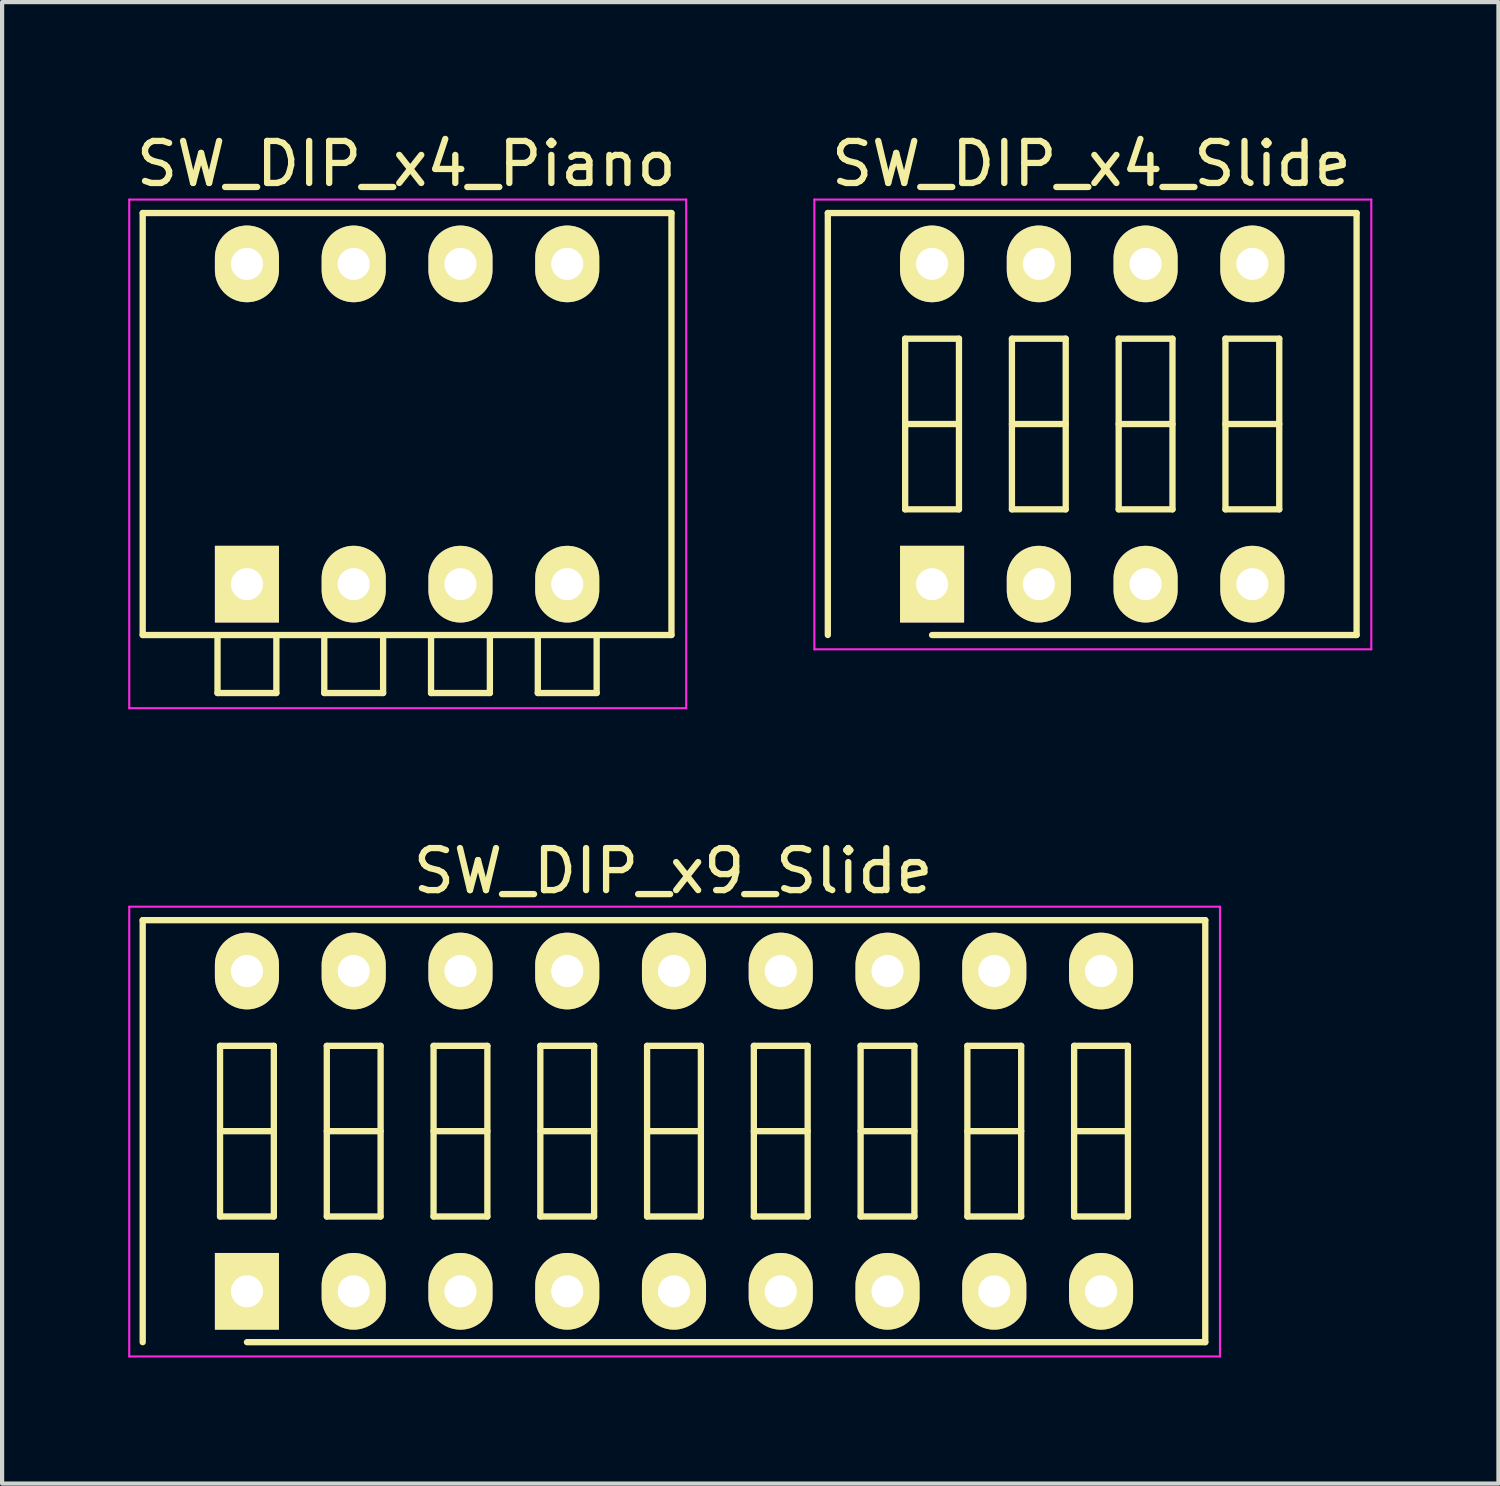
<source format=kicad_pcb>
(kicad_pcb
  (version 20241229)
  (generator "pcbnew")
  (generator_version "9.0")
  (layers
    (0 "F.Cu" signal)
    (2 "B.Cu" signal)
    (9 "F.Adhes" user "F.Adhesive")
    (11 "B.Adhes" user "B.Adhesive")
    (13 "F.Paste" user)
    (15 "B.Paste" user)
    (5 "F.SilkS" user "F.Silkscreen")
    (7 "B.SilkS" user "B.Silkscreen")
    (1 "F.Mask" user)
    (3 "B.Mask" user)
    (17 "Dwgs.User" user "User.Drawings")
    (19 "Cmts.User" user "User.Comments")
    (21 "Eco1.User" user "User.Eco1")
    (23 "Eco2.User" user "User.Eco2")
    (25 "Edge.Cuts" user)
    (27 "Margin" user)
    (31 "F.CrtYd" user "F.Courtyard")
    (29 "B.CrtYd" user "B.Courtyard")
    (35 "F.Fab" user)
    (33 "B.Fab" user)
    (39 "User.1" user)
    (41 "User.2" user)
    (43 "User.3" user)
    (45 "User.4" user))
  (footprint "SW_DIP_x4_Piano"
    (layer "F.Cu")
    (at 2.825 10.848)
    (property "Reference" "SW_DIP_x4_Piano" (at 3.79 -10 0) (layer "F.SilkS") (effects (font (size 1 1) (thickness 0.15))))
    (attr through_hole)
    (fp_line (start -2.48 -8.83) (end 10.1 -8.83) (stroke (width 0.15) (type solid)) (layer "F.SilkS"))
    (fp_line (start -2.48 1.21) (end -2.48 -8.83) (stroke (width 0.15) (type solid)) (layer "F.SilkS"))
    (fp_line (start -0.7 1.22) (end -0.7 2.59) (stroke (width 0.15) (type solid)) (layer "F.SilkS"))
    (fp_line (start -0.7 2.59) (end 0.7 2.59) (stroke (width 0.15) (type solid)) (layer "F.SilkS"))
    (fp_line (start 0.7 2.59) (end 0.7 1.22) (stroke (width 0.15) (type solid)) (layer "F.SilkS"))
    (fp_line (start 1.84 1.22) (end 1.84 2.59) (stroke (width 0.15) (type solid)) (layer "F.SilkS"))
    (fp_line (start 1.84 2.59) (end 3.24 2.59) (stroke (width 0.15) (type solid)) (layer "F.SilkS"))
    (fp_line (start 3.24 2.59) (end 3.24 1.22) (stroke (width 0.15) (type solid)) (layer "F.SilkS"))
    (fp_line (start 4.38 1.22) (end 4.38 2.59) (stroke (width 0.15) (type solid)) (layer "F.SilkS"))
    (fp_line (start 4.38 2.59) (end 5.78 2.59) (stroke (width 0.15) (type solid)) (layer "F.SilkS"))
    (fp_line (start 5.78 2.59) (end 5.78 1.22) (stroke (width 0.15) (type solid)) (layer "F.SilkS"))
    (fp_line (start 6.92 1.22) (end 6.92 2.59) (stroke (width 0.15) (type solid)) (layer "F.SilkS"))
    (fp_line (start 6.92 2.59) (end 8.32 2.59) (stroke (width 0.15) (type solid)) (layer "F.SilkS"))
    (fp_line (start 8.32 2.59) (end 8.32 1.22) (stroke (width 0.15) (type solid)) (layer "F.SilkS"))
    (fp_line (start 10.1 -8.83) (end 10.1 1.21) (stroke (width 0.15) (type solid)) (layer "F.SilkS"))
    (fp_line (start 10.1 1.21) (end -2.48 1.21) (stroke (width 0.15) (type solid)) (layer "F.SilkS"))
    (fp_line (start -2.8 -9.15) (end -2.8 2.95) (stroke (width 0.05) (type solid)) (layer "F.CrtYd"))
    (fp_line (start -2.8 2.95) (end 10.45 2.95) (stroke (width 0.05) (type solid)) (layer "F.CrtYd"))
    (fp_line (start 10.45 -9.15) (end -2.8 -9.15) (stroke (width 0.05) (type solid)) (layer "F.CrtYd"))
    (fp_line (start 10.45 2.95) (end 10.45 -9.15) (stroke (width 0.05) (type solid)) (layer "F.CrtYd"))
    (pad "1" thru_hole rect (at 0 0) (size 1.524 1.824) (drill 0.762) (layers "*.Cu" "*.Mask" "F.SilkS"))
    (pad "2" thru_hole oval (at 2.54 0) (size 1.524 1.824) (drill 0.762) (layers "*.Cu" "*.Mask" "F.SilkS"))
    (pad "3" thru_hole oval (at 5.08 0) (size 1.524 1.824) (drill 0.762) (layers "*.Cu" "*.Mask" "F.SilkS"))
    (pad "4" thru_hole oval (at 7.62 0) (size 1.524 1.824) (drill 0.762) (layers "*.Cu" "*.Mask" "F.SilkS"))
    (pad "5" thru_hole oval (at 7.62 -7.62) (size 1.524 1.824) (drill 0.762) (layers "*.Cu" "*.Mask" "F.SilkS"))
    (pad "6" thru_hole oval (at 5.08 -7.62) (size 1.524 1.824) (drill 0.762) (layers "*.Cu" "*.Mask" "F.SilkS"))
    (pad "7" thru_hole oval (at 2.54 -7.62) (size 1.524 1.824) (drill 0.762) (layers "*.Cu" "*.Mask" "F.SilkS"))
    (pad "8" thru_hole oval (at 0 -7.62) (size 1.524 1.824) (drill 0.762) (layers "*.Cu" "*.Mask" "F.SilkS")))
  (footprint "SW_DIP_x4_Slide"
    (layer "F.Cu")
    (at 19.125 10.848)
    (property "Reference" "SW_DIP_x4_Slide" (at 3.79 -10 0) (layer "F.SilkS") (effects (font (size 1 1) (thickness 0.15))))
    (attr through_hole)
    (fp_line (start -2.48 -8.83) (end 10.1 -8.83) (stroke (width 0.15) (type solid)) (layer "F.SilkS"))
    (fp_line (start -2.48 1.21) (end -2.48 -8.83) (stroke (width 0.15) (type solid)) (layer "F.SilkS"))
    (fp_line (start -0.64 -5.84) (end -0.64 -1.78) (stroke (width 0.15) (type solid)) (layer "F.SilkS"))
    (fp_line (start -0.64 -3.81) (end 0.64 -3.81) (stroke (width 0.15) (type solid)) (layer "F.SilkS"))
    (fp_line (start -0.64 -1.78) (end 0.64 -1.78) (stroke (width 0.15) (type solid)) (layer "F.SilkS"))
    (fp_line (start 0.64 -5.84) (end -0.64 -5.84) (stroke (width 0.15) (type solid)) (layer "F.SilkS"))
    (fp_line (start 0.64 -1.78) (end 0.64 -5.84) (stroke (width 0.15) (type solid)) (layer "F.SilkS"))
    (fp_line (start 1.9 -5.84) (end 1.9 -1.78) (stroke (width 0.15) (type solid)) (layer "F.SilkS"))
    (fp_line (start 1.9 -3.81) (end 3.18 -3.81) (stroke (width 0.15) (type solid)) (layer "F.SilkS"))
    (fp_line (start 1.9 -1.78) (end 3.18 -1.78) (stroke (width 0.15) (type solid)) (layer "F.SilkS"))
    (fp_line (start 3.18 -5.84) (end 1.9 -5.84) (stroke (width 0.15) (type solid)) (layer "F.SilkS"))
    (fp_line (start 3.18 -1.78) (end 3.18 -5.84) (stroke (width 0.15) (type solid)) (layer "F.SilkS"))
    (fp_line (start 4.44 -5.84) (end 4.44 -1.78) (stroke (width 0.15) (type solid)) (layer "F.SilkS"))
    (fp_line (start 4.44 -3.81) (end 5.72 -3.81) (stroke (width 0.15) (type solid)) (layer "F.SilkS"))
    (fp_line (start 4.44 -1.78) (end 5.72 -1.78) (stroke (width 0.15) (type solid)) (layer "F.SilkS"))
    (fp_line (start 5.72 -5.84) (end 4.44 -5.84) (stroke (width 0.15) (type solid)) (layer "F.SilkS"))
    (fp_line (start 5.72 -1.78) (end 5.72 -5.84) (stroke (width 0.15) (type solid)) (layer "F.SilkS"))
    (fp_line (start 6.98 -5.84) (end 6.98 -1.78) (stroke (width 0.15) (type solid)) (layer "F.SilkS"))
    (fp_line (start 6.98 -3.81) (end 8.26 -3.81) (stroke (width 0.15) (type solid)) (layer "F.SilkS"))
    (fp_line (start 6.98 -1.78) (end 8.26 -1.78) (stroke (width 0.15) (type solid)) (layer "F.SilkS"))
    (fp_line (start 8.26 -5.84) (end 6.98 -5.84) (stroke (width 0.15) (type solid)) (layer "F.SilkS"))
    (fp_line (start 8.26 -1.78) (end 8.26 -5.84) (stroke (width 0.15) (type solid)) (layer "F.SilkS"))
    (fp_line (start 10.1 -8.83) (end 10.1 1.21) (stroke (width 0.15) (type solid)) (layer "F.SilkS"))
    (fp_line (start 10.1 1.21) (end 0 1.21) (stroke (width 0.15) (type solid)) (layer "F.SilkS"))
    (fp_line (start -2.8 -9.15) (end -2.8 1.55) (stroke (width 0.05) (type solid)) (layer "F.CrtYd"))
    (fp_line (start -2.8 1.55) (end 10.45 1.55) (stroke (width 0.05) (type solid)) (layer "F.CrtYd"))
    (fp_line (start 10.45 -9.15) (end -2.8 -9.15) (stroke (width 0.05) (type solid)) (layer "F.CrtYd"))
    (fp_line (start 10.45 1.55) (end 10.45 -9.15) (stroke (width 0.05) (type solid)) (layer "F.CrtYd"))
    (pad "1" thru_hole rect (at 0 0) (size 1.524 1.824) (drill 0.762) (layers "*.Cu" "*.Mask" "F.SilkS"))
    (pad "2" thru_hole oval (at 2.54 0) (size 1.524 1.824) (drill 0.762) (layers "*.Cu" "*.Mask" "F.SilkS"))
    (pad "3" thru_hole oval (at 5.08 0) (size 1.524 1.824) (drill 0.762) (layers "*.Cu" "*.Mask" "F.SilkS"))
    (pad "4" thru_hole oval (at 7.62 0) (size 1.524 1.824) (drill 0.762) (layers "*.Cu" "*.Mask" "F.SilkS"))
    (pad "5" thru_hole oval (at 7.62 -7.62) (size 1.524 1.824) (drill 0.762) (layers "*.Cu" "*.Mask" "F.SilkS"))
    (pad "6" thru_hole oval (at 5.08 -7.62) (size 1.524 1.824) (drill 0.762) (layers "*.Cu" "*.Mask" "F.SilkS"))
    (pad "7" thru_hole oval (at 2.54 -7.62) (size 1.524 1.824) (drill 0.762) (layers "*.Cu" "*.Mask" "F.SilkS"))
    (pad "8" thru_hole oval (at 0 -7.62) (size 1.524 1.824) (drill 0.762) (layers "*.Cu" "*.Mask" "F.SilkS")))
  (footprint "SW_DIP_x9_Slide"
    (layer "F.Cu")
    (at 2.825 27.672)
    (property "Reference" "SW_DIP_x9_Slide" (at 10.14 -10 0) (layer "F.SilkS") (effects (font (size 1 1) (thickness 0.15))))
    (attr through_hole)
    (fp_line (start -2.48 -8.83) (end 22.8 -8.83) (stroke (width 0.15) (type solid)) (layer "F.SilkS"))
    (fp_line (start -2.48 1.21) (end -2.48 -8.83) (stroke (width 0.15) (type solid)) (layer "F.SilkS"))
    (fp_line (start -0.64 -5.84) (end -0.64 -1.78) (stroke (width 0.15) (type solid)) (layer "F.SilkS"))
    (fp_line (start -0.64 -3.81) (end 0.64 -3.81) (stroke (width 0.15) (type solid)) (layer "F.SilkS"))
    (fp_line (start -0.64 -1.78) (end 0.64 -1.78) (stroke (width 0.15) (type solid)) (layer "F.SilkS"))
    (fp_line (start 0.64 -5.84) (end -0.64 -5.84) (stroke (width 0.15) (type solid)) (layer "F.SilkS"))
    (fp_line (start 0.64 -1.78) (end 0.64 -5.84) (stroke (width 0.15) (type solid)) (layer "F.SilkS"))
    (fp_line (start 1.9 -5.84) (end 1.9 -1.78) (stroke (width 0.15) (type solid)) (layer "F.SilkS"))
    (fp_line (start 1.9 -3.81) (end 3.18 -3.81) (stroke (width 0.15) (type solid)) (layer "F.SilkS"))
    (fp_line (start 1.9 -1.78) (end 3.18 -1.78) (stroke (width 0.15) (type solid)) (layer "F.SilkS"))
    (fp_line (start 3.18 -5.84) (end 1.9 -5.84) (stroke (width 0.15) (type solid)) (layer "F.SilkS"))
    (fp_line (start 3.18 -1.78) (end 3.18 -5.84) (stroke (width 0.15) (type solid)) (layer "F.SilkS"))
    (fp_line (start 4.44 -5.84) (end 4.44 -1.78) (stroke (width 0.15) (type solid)) (layer "F.SilkS"))
    (fp_line (start 4.44 -3.81) (end 5.72 -3.81) (stroke (width 0.15) (type solid)) (layer "F.SilkS"))
    (fp_line (start 4.44 -1.78) (end 5.72 -1.78) (stroke (width 0.15) (type solid)) (layer "F.SilkS"))
    (fp_line (start 5.72 -5.84) (end 4.44 -5.84) (stroke (width 0.15) (type solid)) (layer "F.SilkS"))
    (fp_line (start 5.72 -1.78) (end 5.72 -5.84) (stroke (width 0.15) (type solid)) (layer "F.SilkS"))
    (fp_line (start 6.98 -5.84) (end 6.98 -1.78) (stroke (width 0.15) (type solid)) (layer "F.SilkS"))
    (fp_line (start 6.98 -3.81) (end 8.26 -3.81) (stroke (width 0.15) (type solid)) (layer "F.SilkS"))
    (fp_line (start 6.98 -1.78) (end 8.26 -1.78) (stroke (width 0.15) (type solid)) (layer "F.SilkS"))
    (fp_line (start 8.26 -5.84) (end 6.98 -5.84) (stroke (width 0.15) (type solid)) (layer "F.SilkS"))
    (fp_line (start 8.26 -1.78) (end 8.26 -5.84) (stroke (width 0.15) (type solid)) (layer "F.SilkS"))
    (fp_line (start 9.52 -5.84) (end 9.52 -1.78) (stroke (width 0.15) (type solid)) (layer "F.SilkS"))
    (fp_line (start 9.52 -3.81) (end 10.8 -3.81) (stroke (width 0.15) (type solid)) (layer "F.SilkS"))
    (fp_line (start 9.52 -1.78) (end 10.8 -1.78) (stroke (width 0.15) (type solid)) (layer "F.SilkS"))
    (fp_line (start 10.8 -5.84) (end 9.52 -5.84) (stroke (width 0.15) (type solid)) (layer "F.SilkS"))
    (fp_line (start 10.8 -1.78) (end 10.8 -5.84) (stroke (width 0.15) (type solid)) (layer "F.SilkS"))
    (fp_line (start 12.06 -5.84) (end 12.06 -1.78) (stroke (width 0.15) (type solid)) (layer "F.SilkS"))
    (fp_line (start 12.06 -3.81) (end 13.34 -3.81) (stroke (width 0.15) (type solid)) (layer "F.SilkS"))
    (fp_line (start 12.06 -1.78) (end 13.34 -1.78) (stroke (width 0.15) (type solid)) (layer "F.SilkS"))
    (fp_line (start 13.34 -5.84) (end 12.06 -5.84) (stroke (width 0.15) (type solid)) (layer "F.SilkS"))
    (fp_line (start 13.34 -1.78) (end 13.34 -5.84) (stroke (width 0.15) (type solid)) (layer "F.SilkS"))
    (fp_line (start 14.6 -5.84) (end 14.6 -1.78) (stroke (width 0.15) (type solid)) (layer "F.SilkS"))
    (fp_line (start 14.6 -3.81) (end 15.88 -3.81) (stroke (width 0.15) (type solid)) (layer "F.SilkS"))
    (fp_line (start 14.6 -1.78) (end 15.88 -1.78) (stroke (width 0.15) (type solid)) (layer "F.SilkS"))
    (fp_line (start 15.88 -5.84) (end 14.6 -5.84) (stroke (width 0.15) (type solid)) (layer "F.SilkS"))
    (fp_line (start 15.88 -1.78) (end 15.88 -5.84) (stroke (width 0.15) (type solid)) (layer "F.SilkS"))
    (fp_line (start 17.14 -5.84) (end 17.14 -1.78) (stroke (width 0.15) (type solid)) (layer "F.SilkS"))
    (fp_line (start 17.14 -3.81) (end 18.42 -3.81) (stroke (width 0.15) (type solid)) (layer "F.SilkS"))
    (fp_line (start 17.14 -1.78) (end 18.42 -1.78) (stroke (width 0.15) (type solid)) (layer "F.SilkS"))
    (fp_line (start 18.42 -5.84) (end 17.14 -5.84) (stroke (width 0.15) (type solid)) (layer "F.SilkS"))
    (fp_line (start 18.42 -1.78) (end 18.42 -5.84) (stroke (width 0.15) (type solid)) (layer "F.SilkS"))
    (fp_line (start 19.68 -5.84) (end 19.68 -1.78) (stroke (width 0.15) (type solid)) (layer "F.SilkS"))
    (fp_line (start 19.68 -3.81) (end 20.96 -3.81) (stroke (width 0.15) (type solid)) (layer "F.SilkS"))
    (fp_line (start 19.68 -1.78) (end 20.96 -1.78) (stroke (width 0.15) (type solid)) (layer "F.SilkS"))
    (fp_line (start 20.96 -5.84) (end 19.68 -5.84) (stroke (width 0.15) (type solid)) (layer "F.SilkS"))
    (fp_line (start 20.96 -1.78) (end 20.96 -5.84) (stroke (width 0.15) (type solid)) (layer "F.SilkS"))
    (fp_line (start 22.8 -8.83) (end 22.8 1.21) (stroke (width 0.15) (type solid)) (layer "F.SilkS"))
    (fp_line (start 22.8 1.21) (end 0 1.21) (stroke (width 0.15) (type solid)) (layer "F.SilkS"))
    (fp_line (start -2.8 -9.15) (end -2.8 1.55) (stroke (width 0.05) (type solid)) (layer "F.CrtYd"))
    (fp_line (start -2.8 1.55) (end 23.15 1.55) (stroke (width 0.05) (type solid)) (layer "F.CrtYd"))
    (fp_line (start 23.15 -9.15) (end -2.8 -9.15) (stroke (width 0.05) (type solid)) (layer "F.CrtYd"))
    (fp_line (start 23.15 1.55) (end 23.15 -9.15) (stroke (width 0.05) (type solid)) (layer "F.CrtYd"))
    (pad "1" thru_hole rect (at 0 0) (size 1.524 1.824) (drill 0.762) (layers "*.Cu" "*.Mask" "F.SilkS"))
    (pad "2" thru_hole oval (at 2.54 0) (size 1.524 1.824) (drill 0.762) (layers "*.Cu" "*.Mask" "F.SilkS"))
    (pad "3" thru_hole oval (at 5.08 0) (size 1.524 1.824) (drill 0.762) (layers "*.Cu" "*.Mask" "F.SilkS"))
    (pad "4" thru_hole oval (at 7.62 0) (size 1.524 1.824) (drill 0.762) (layers "*.Cu" "*.Mask" "F.SilkS"))
    (pad "5" thru_hole oval (at 10.16 0) (size 1.524 1.824) (drill 0.762) (layers "*.Cu" "*.Mask" "F.SilkS"))
    (pad "6" thru_hole oval (at 12.7 0) (size 1.524 1.824) (drill 0.762) (layers "*.Cu" "*.Mask" "F.SilkS"))
    (pad "7" thru_hole oval (at 15.24 0) (size 1.524 1.824) (drill 0.762) (layers "*.Cu" "*.Mask" "F.SilkS"))
    (pad "8" thru_hole oval (at 17.78 0) (size 1.524 1.824) (drill 0.762) (layers "*.Cu" "*.Mask" "F.SilkS"))
    (pad "9" thru_hole oval (at 20.32 0) (size 1.524 1.824) (drill 0.762) (layers "*.Cu" "*.Mask" "F.SilkS"))
    (pad "10" thru_hole oval (at 20.32 -7.62) (size 1.524 1.824) (drill 0.762) (layers "*.Cu" "*.Mask" "F.SilkS"))
    (pad "11" thru_hole oval (at 17.78 -7.62) (size 1.524 1.824) (drill 0.762) (layers "*.Cu" "*.Mask" "F.SilkS"))
    (pad "12" thru_hole oval (at 15.24 -7.62) (size 1.524 1.824) (drill 0.762) (layers "*.Cu" "*.Mask" "F.SilkS"))
    (pad "13" thru_hole oval (at 12.7 -7.62) (size 1.524 1.824) (drill 0.762) (layers "*.Cu" "*.Mask" "F.SilkS"))
    (pad "14" thru_hole oval (at 10.16 -7.62) (size 1.524 1.824) (drill 0.762) (layers "*.Cu" "*.Mask" "F.SilkS"))
    (pad "15" thru_hole oval (at 7.62 -7.62) (size 1.524 1.824) (drill 0.762) (layers "*.Cu" "*.Mask" "F.SilkS"))
    (pad "16" thru_hole oval (at 5.08 -7.62) (size 1.524 1.824) (drill 0.762) (layers "*.Cu" "*.Mask" "F.SilkS"))
    (pad "17" thru_hole oval (at 2.54 -7.62) (size 1.524 1.824) (drill 0.762) (layers "*.Cu" "*.Mask" "F.SilkS"))
    (pad "18" thru_hole oval (at 0 -7.62) (size 1.524 1.824) (drill 0.762) (layers "*.Cu" "*.Mask" "F.SilkS")))
  (gr_rect
    (start -3 -3)
    (end 32.6 32.246)
    (stroke (width 0.1) (type default))
    (fill no)
    (layer "Edge.Cuts")))
</source>
